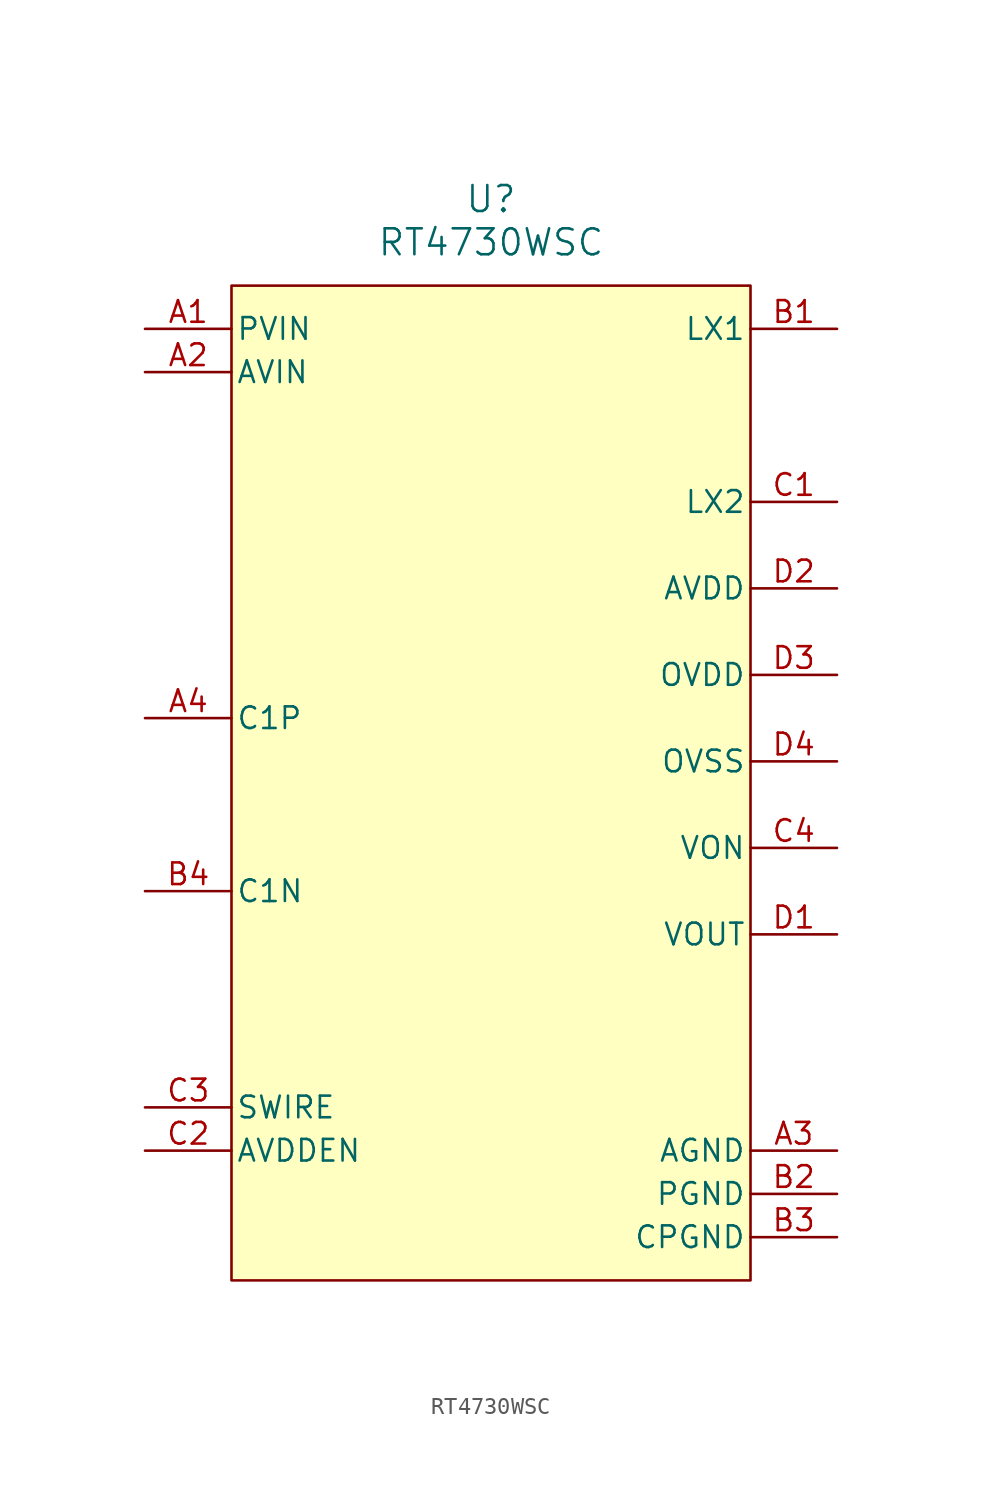
<source format=kicad_sym>
(kicad_symbol_lib
  (version 20220914)
  (generator kicad_symbol_editor)
  (symbol "RT4730WSC"
    (pin_names
      (offset 0.254))
    (property "Reference" "U"
      (at 0 25.4 0)
      (effects (font (size 1.524 1.524))))
    (property "Value" "RT4730WSC"
      (at 0 22.86 0)
      (effects (font (size 1.524 1.524))))
    (symbol "RT4730WSC_0_1"
      (pin power_in line (at -20.32 17.78 0) (length 5.08) (name "PVIN" (effects (font (size 1.27 1.27)))) (number "A1" (effects (font (size 1.27 1.27)))))
      (pin power_in line (at -20.32 15.24 0) (length 5.08) (name "AVIN" (effects (font (size 1.27 1.27)))) (number "A2" (effects (font (size 1.27 1.27)))))
      (pin power_out line (at 20.32 -30.48 180) (length 5.08) (name "AGND" (effects (font (size 1.27 1.27)))) (number "A3" (effects (font (size 1.27 1.27)))))
      (pin bidirectional line (at 20.32 17.78 180) (length 5.08) (name "LX1" (effects (font (size 1.27 1.27)))) (number "B1" (effects (font (size 1.27 1.27)))))
      (pin power_out line (at 20.32 -33.02 180) (length 5.08) (name "PGND" (effects (font (size 1.27 1.27)))) (number "B2" (effects (font (size 1.27 1.27)))))
      (pin power_out line (at 20.32 -35.56 180) (length 5.08) (name "CPGND" (effects (font (size 1.27 1.27)))) (number "B3" (effects (font (size 1.27 1.27)))))
      (pin bidirectional line (at 20.32 7.62 180) (length 5.08) (name "LX2" (effects (font (size 1.27 1.27)))) (number "C1" (effects (font (size 1.27 1.27)))))
      (pin power_in line (at -20.32 -30.48 0) (length 5.08) (name "AVDDEN" (effects (font (size 1.27 1.27)))) (number "C2" (effects (font (size 1.27 1.27)))))
      (pin unspecified line (at -20.32 -27.94 0) (length 5.08) (name "SWIRE" (effects (font (size 1.27 1.27)))) (number "C3" (effects (font (size 1.27 1.27)))))
      (pin output line (at 20.32 -12.7 180) (length 5.08) (name "VON" (effects (font (size 1.27 1.27)))) (number "C4" (effects (font (size 1.27 1.27)))))
      (pin output line (at 20.32 -17.78 180) (length 5.08) (name "VOUT" (effects (font (size 1.27 1.27)))) (number "D1" (effects (font (size 1.27 1.27)))))
      (pin output line (at 20.32 2.54 180) (length 5.08) (name "AVDD" (effects (font (size 1.27 1.27)))) (number "D2" (effects (font (size 1.27 1.27)))))
      (pin output line (at 20.32 -2.54 180) (length 5.08) (name "OVDD" (effects (font (size 1.27 1.27)))) (number "D3" (effects (font (size 1.27 1.27)))))
      (pin output line (at 20.32 -7.62 180) (length 5.08) (name "OVSS" (effects (font (size 1.27 1.27)))) (number "D4" (effects (font (size 1.27 1.27))))))
    (symbol "RT4730WSC_1_1"
      (rectangle (start -15.24 20.32) (end 15.24 -38.1) (stroke (width 0) (type default)) (fill (type background)))
      (pin unspecified line (at -20.32 -5.08 0) (length 5.08) (name "C1P" (effects (font (size 1.27 1.27)))) (number "A4" (effects (font (size 1.27 1.27)))))
      (pin unspecified line (at -20.32 -15.24 0) (length 5.08) (name "C1N" (effects (font (size 1.27 1.27)))) (number "B4" (effects (font (size 1.27 1.27))))))))
</source>
